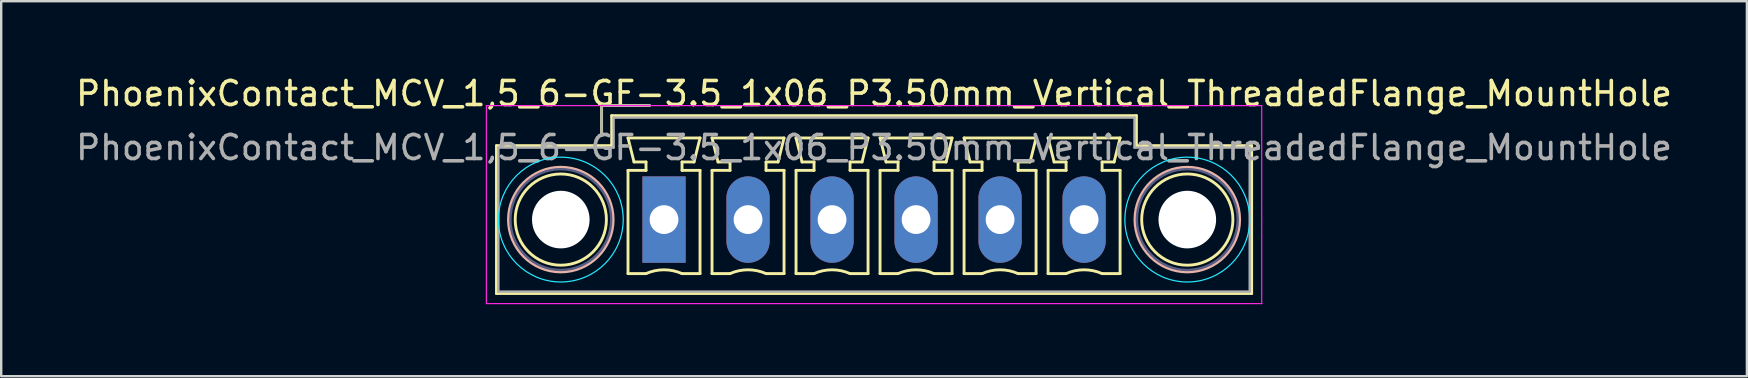
<source format=kicad_pcb>
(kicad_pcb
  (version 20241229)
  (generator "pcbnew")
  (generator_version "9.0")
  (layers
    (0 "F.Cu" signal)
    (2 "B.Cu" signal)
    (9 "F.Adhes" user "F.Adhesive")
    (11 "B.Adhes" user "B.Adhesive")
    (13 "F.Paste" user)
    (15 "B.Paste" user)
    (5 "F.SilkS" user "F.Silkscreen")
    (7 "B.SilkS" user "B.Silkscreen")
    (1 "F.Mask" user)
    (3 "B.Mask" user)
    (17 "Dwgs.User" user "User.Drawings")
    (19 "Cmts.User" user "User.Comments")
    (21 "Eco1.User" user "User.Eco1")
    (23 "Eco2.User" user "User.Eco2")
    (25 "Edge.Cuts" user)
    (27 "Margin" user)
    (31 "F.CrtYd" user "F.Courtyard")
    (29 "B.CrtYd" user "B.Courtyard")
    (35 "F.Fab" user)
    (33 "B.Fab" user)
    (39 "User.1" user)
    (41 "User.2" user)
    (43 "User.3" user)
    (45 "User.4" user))
  (footprint "PhoenixContact_MCV_1,5_6-GF-3.5_1x06_P3.50mm_Vertical_ThreadedFlange_MountHole"
    (layer "F.Cu")
    (at 24.613 6.098)
    (property "Reference" "PhoenixContact_MCV_1,5_6-GF-3.5_1x06_P3.50mm_Vertical_ThreadedFlange_MountHole" (at 8.75 -5.25 0) (layer "F.SilkS") (effects (font (size 1 1) (thickness 0.15))))
    (attr through_hole)
    (fp_line (start -6.98 -3.08) (end -6.98 3.08) (stroke (width 0.12) (type solid)) (layer "F.SilkS"))
    (fp_line (start -6.98 3.08) (end 24.48 3.08) (stroke (width 0.12) (type solid)) (layer "F.SilkS"))
    (fp_line (start -2.6 -4.75) (end -0.6 -4.75) (stroke (width 0.12) (type solid)) (layer "F.SilkS"))
    (fp_line (start -2.6 -3.5) (end -2.6 -4.75) (stroke (width 0.12) (type solid)) (layer "F.SilkS"))
    (fp_line (start -2.18 -4.33) (end -2.18 -3.08) (stroke (width 0.12) (type solid)) (layer "F.SilkS"))
    (fp_line (start -2.18 -3.08) (end -6.98 -3.08) (stroke (width 0.12) (type solid)) (layer "F.SilkS"))
    (fp_line (start -1.5 -3.4) (end 1.5 -3.4) (stroke (width 0.12) (type solid)) (layer "F.SilkS"))
    (fp_line (start -1.5 -2.05) (end -0.75 -2.05) (stroke (width 0.12) (type solid)) (layer "F.SilkS"))
    (fp_line (start -1.5 2.25) (end -1.5 -2.05) (stroke (width 0.12) (type solid)) (layer "F.SilkS"))
    (fp_line (start -1.25 -2.4) (end -1.5 -3.4) (stroke (width 0.12) (type solid)) (layer "F.SilkS"))
    (fp_line (start -0.75 -2.4) (end -1.25 -2.4) (stroke (width 0.12) (type solid)) (layer "F.SilkS"))
    (fp_line (start -0.75 -2.05) (end -0.75 -2.4) (stroke (width 0.12) (type solid)) (layer "F.SilkS"))
    (fp_line (start -0.75 2.25) (end -1.5 2.25) (stroke (width 0.12) (type solid)) (layer "F.SilkS"))
    (fp_line (start 0.75 -2.4) (end 0.75 -2.05) (stroke (width 0.12) (type solid)) (layer "F.SilkS"))
    (fp_line (start 0.75 -2.05) (end 1.5 -2.05) (stroke (width 0.12) (type solid)) (layer "F.SilkS"))
    (fp_line (start 1.25 -2.4) (end 0.75 -2.4) (stroke (width 0.12) (type solid)) (layer "F.SilkS"))
    (fp_line (start 1.5 -3.4) (end 1.25 -2.4) (stroke (width 0.12) (type solid)) (layer "F.SilkS"))
    (fp_line (start 1.5 -2.05) (end 1.5 2.25) (stroke (width 0.12) (type solid)) (layer "F.SilkS"))
    (fp_line (start 1.5 2.25) (end 0.75 2.25) (stroke (width 0.12) (type solid)) (layer "F.SilkS"))
    (fp_line (start 2 -3.4) (end 5 -3.4) (stroke (width 0.12) (type solid)) (layer "F.SilkS"))
    (fp_line (start 2 -2.05) (end 2.75 -2.05) (stroke (width 0.12) (type solid)) (layer "F.SilkS"))
    (fp_line (start 2 2.25) (end 2 -2.05) (stroke (width 0.12) (type solid)) (layer "F.SilkS"))
    (fp_line (start 2.25 -2.4) (end 2 -3.4) (stroke (width 0.12) (type solid)) (layer "F.SilkS"))
    (fp_line (start 2.75 -2.4) (end 2.25 -2.4) (stroke (width 0.12) (type solid)) (layer "F.SilkS"))
    (fp_line (start 2.75 -2.05) (end 2.75 -2.4) (stroke (width 0.12) (type solid)) (layer "F.SilkS"))
    (fp_line (start 2.75 2.25) (end 2 2.25) (stroke (width 0.12) (type solid)) (layer "F.SilkS"))
    (fp_line (start 4.25 -2.4) (end 4.25 -2.05) (stroke (width 0.12) (type solid)) (layer "F.SilkS"))
    (fp_line (start 4.25 -2.05) (end 5 -2.05) (stroke (width 0.12) (type solid)) (layer "F.SilkS"))
    (fp_line (start 4.75 -2.4) (end 4.25 -2.4) (stroke (width 0.12) (type solid)) (layer "F.SilkS"))
    (fp_line (start 5 -3.4) (end 4.75 -2.4) (stroke (width 0.12) (type solid)) (layer "F.SilkS"))
    (fp_line (start 5 -2.05) (end 5 2.25) (stroke (width 0.12) (type solid)) (layer "F.SilkS"))
    (fp_line (start 5 2.25) (end 4.25 2.25) (stroke (width 0.12) (type solid)) (layer "F.SilkS"))
    (fp_line (start 5.5 -3.4) (end 8.5 -3.4) (stroke (width 0.12) (type solid)) (layer "F.SilkS"))
    (fp_line (start 5.5 -2.05) (end 6.25 -2.05) (stroke (width 0.12) (type solid)) (layer "F.SilkS"))
    (fp_line (start 5.5 2.25) (end 5.5 -2.05) (stroke (width 0.12) (type solid)) (layer "F.SilkS"))
    (fp_line (start 5.75 -2.4) (end 5.5 -3.4) (stroke (width 0.12) (type solid)) (layer "F.SilkS"))
    (fp_line (start 6.25 -2.4) (end 5.75 -2.4) (stroke (width 0.12) (type solid)) (layer "F.SilkS"))
    (fp_line (start 6.25 -2.05) (end 6.25 -2.4) (stroke (width 0.12) (type solid)) (layer "F.SilkS"))
    (fp_line (start 6.25 2.25) (end 5.5 2.25) (stroke (width 0.12) (type solid)) (layer "F.SilkS"))
    (fp_line (start 7.75 -2.4) (end 7.75 -2.05) (stroke (width 0.12) (type solid)) (layer "F.SilkS"))
    (fp_line (start 7.75 -2.05) (end 8.5 -2.05) (stroke (width 0.12) (type solid)) (layer "F.SilkS"))
    (fp_line (start 8.25 -2.4) (end 7.75 -2.4) (stroke (width 0.12) (type solid)) (layer "F.SilkS"))
    (fp_line (start 8.5 -3.4) (end 8.25 -2.4) (stroke (width 0.12) (type solid)) (layer "F.SilkS"))
    (fp_line (start 8.5 -2.05) (end 8.5 2.25) (stroke (width 0.12) (type solid)) (layer "F.SilkS"))
    (fp_line (start 8.5 2.25) (end 7.75 2.25) (stroke (width 0.12) (type solid)) (layer "F.SilkS"))
    (fp_line (start 9 -3.4) (end 12 -3.4) (stroke (width 0.12) (type solid)) (layer "F.SilkS"))
    (fp_line (start 9 -2.05) (end 9.75 -2.05) (stroke (width 0.12) (type solid)) (layer "F.SilkS"))
    (fp_line (start 9 2.25) (end 9 -2.05) (stroke (width 0.12) (type solid)) (layer "F.SilkS"))
    (fp_line (start 9.25 -2.4) (end 9 -3.4) (stroke (width 0.12) (type solid)) (layer "F.SilkS"))
    (fp_line (start 9.75 -2.4) (end 9.25 -2.4) (stroke (width 0.12) (type solid)) (layer "F.SilkS"))
    (fp_line (start 9.75 -2.05) (end 9.75 -2.4) (stroke (width 0.12) (type solid)) (layer "F.SilkS"))
    (fp_line (start 9.75 2.25) (end 9 2.25) (stroke (width 0.12) (type solid)) (layer "F.SilkS"))
    (fp_line (start 11.25 -2.4) (end 11.25 -2.05) (stroke (width 0.12) (type solid)) (layer "F.SilkS"))
    (fp_line (start 11.25 -2.05) (end 12 -2.05) (stroke (width 0.12) (type solid)) (layer "F.SilkS"))
    (fp_line (start 11.75 -2.4) (end 11.25 -2.4) (stroke (width 0.12) (type solid)) (layer "F.SilkS"))
    (fp_line (start 12 -3.4) (end 11.75 -2.4) (stroke (width 0.12) (type solid)) (layer "F.SilkS"))
    (fp_line (start 12 -2.05) (end 12 2.25) (stroke (width 0.12) (type solid)) (layer "F.SilkS"))
    (fp_line (start 12 2.25) (end 11.25 2.25) (stroke (width 0.12) (type solid)) (layer "F.SilkS"))
    (fp_line (start 12.5 -3.4) (end 15.5 -3.4) (stroke (width 0.12) (type solid)) (layer "F.SilkS"))
    (fp_line (start 12.5 -2.05) (end 13.25 -2.05) (stroke (width 0.12) (type solid)) (layer "F.SilkS"))
    (fp_line (start 12.5 2.25) (end 12.5 -2.05) (stroke (width 0.12) (type solid)) (layer "F.SilkS"))
    (fp_line (start 12.75 -2.4) (end 12.5 -3.4) (stroke (width 0.12) (type solid)) (layer "F.SilkS"))
    (fp_line (start 13.25 -2.4) (end 12.75 -2.4) (stroke (width 0.12) (type solid)) (layer "F.SilkS"))
    (fp_line (start 13.25 -2.05) (end 13.25 -2.4) (stroke (width 0.12) (type solid)) (layer "F.SilkS"))
    (fp_line (start 13.25 2.25) (end 12.5 2.25) (stroke (width 0.12) (type solid)) (layer "F.SilkS"))
    (fp_line (start 14.75 -2.4) (end 14.75 -2.05) (stroke (width 0.12) (type solid)) (layer "F.SilkS"))
    (fp_line (start 14.75 -2.05) (end 15.5 -2.05) (stroke (width 0.12) (type solid)) (layer "F.SilkS"))
    (fp_line (start 15.25 -2.4) (end 14.75 -2.4) (stroke (width 0.12) (type solid)) (layer "F.SilkS"))
    (fp_line (start 15.5 -3.4) (end 15.25 -2.4) (stroke (width 0.12) (type solid)) (layer "F.SilkS"))
    (fp_line (start 15.5 -2.05) (end 15.5 2.25) (stroke (width 0.12) (type solid)) (layer "F.SilkS"))
    (fp_line (start 15.5 2.25) (end 14.75 2.25) (stroke (width 0.12) (type solid)) (layer "F.SilkS"))
    (fp_line (start 16 -3.4) (end 19 -3.4) (stroke (width 0.12) (type solid)) (layer "F.SilkS"))
    (fp_line (start 16 -2.05) (end 16.75 -2.05) (stroke (width 0.12) (type solid)) (layer "F.SilkS"))
    (fp_line (start 16 2.25) (end 16 -2.05) (stroke (width 0.12) (type solid)) (layer "F.SilkS"))
    (fp_line (start 16.25 -2.4) (end 16 -3.4) (stroke (width 0.12) (type solid)) (layer "F.SilkS"))
    (fp_line (start 16.75 -2.4) (end 16.25 -2.4) (stroke (width 0.12) (type solid)) (layer "F.SilkS"))
    (fp_line (start 16.75 -2.05) (end 16.75 -2.4) (stroke (width 0.12) (type solid)) (layer "F.SilkS"))
    (fp_line (start 16.75 2.25) (end 16 2.25) (stroke (width 0.12) (type solid)) (layer "F.SilkS"))
    (fp_line (start 18.25 -2.4) (end 18.25 -2.05) (stroke (width 0.12) (type solid)) (layer "F.SilkS"))
    (fp_line (start 18.25 -2.05) (end 19 -2.05) (stroke (width 0.12) (type solid)) (layer "F.SilkS"))
    (fp_line (start 18.75 -2.4) (end 18.25 -2.4) (stroke (width 0.12) (type solid)) (layer "F.SilkS"))
    (fp_line (start 19 -3.4) (end 18.75 -2.4) (stroke (width 0.12) (type solid)) (layer "F.SilkS"))
    (fp_line (start 19 -2.05) (end 19 2.25) (stroke (width 0.12) (type solid)) (layer "F.SilkS"))
    (fp_line (start 19 2.25) (end 18.25 2.25) (stroke (width 0.12) (type solid)) (layer "F.SilkS"))
    (fp_line (start 19.68 -4.33) (end -2.18 -4.33) (stroke (width 0.12) (type solid)) (layer "F.SilkS"))
    (fp_line (start 19.68 -3.08) (end 19.68 -4.33) (stroke (width 0.12) (type solid)) (layer "F.SilkS"))
    (fp_line (start 24.48 -3.08) (end 19.68 -3.08) (stroke (width 0.12) (type solid)) (layer "F.SilkS"))
    (fp_line (start 24.48 3.08) (end 24.48 -3.08) (stroke (width 0.12) (type solid)) (layer "F.SilkS"))
    (fp_arc (start -0.75 2.25) (mid -0.000193 2.09191) (end 0.749647 2.249844) (stroke (width 0.12) (type solid)) (layer "F.SilkS"))
    (fp_arc (start 2.75 2.25) (mid 3.499807 2.09191) (end 4.249647 2.249844) (stroke (width 0.12) (type solid)) (layer "F.SilkS"))
    (fp_arc (start 6.25 2.25) (mid 6.999807 2.09191) (end 7.749647 2.249844) (stroke (width 0.12) (type solid)) (layer "F.SilkS"))
    (fp_arc (start 9.75 2.25) (mid 10.499807 2.09191) (end 11.249647 2.249844) (stroke (width 0.12) (type solid)) (layer "F.SilkS"))
    (fp_arc (start 13.25 2.25) (mid 13.999807 2.09191) (end 14.749647 2.249844) (stroke (width 0.12) (type solid)) (layer "F.SilkS"))
    (fp_arc (start 16.75 2.25) (mid 17.499807 2.09191) (end 18.249647 2.249844) (stroke (width 0.12) (type solid)) (layer "F.SilkS"))
    (fp_circle (center -4.3 0) (end -2.4 0) (stroke (width 0.12) (type solid)) (fill no) (layer "F.SilkS"))
    (fp_circle (center 21.8 0) (end 23.7 0) (stroke (width 0.12) (type solid)) (fill no) (layer "F.SilkS"))
    (fp_circle (center -4.3 0) (end -2.12 0) (stroke (width 0.12) (type solid)) (fill no) (layer "B.SilkS"))
    (fp_circle (center 21.8 0) (end 23.98 0) (stroke (width 0.12) (type solid)) (fill no) (layer "B.SilkS"))
    (fp_circle (center -4.3 0) (end -1.7 0) (stroke (width 0.05) (type solid)) (fill no) (layer "B.CrtYd"))
    (fp_circle (center 21.8 0) (end 24.4 0) (stroke (width 0.05) (type solid)) (fill no) (layer "B.CrtYd"))
    (fp_line (start -7.4 -4.75) (end -7.4 3.5) (stroke (width 0.05) (type solid)) (layer "F.CrtYd"))
    (fp_line (start -7.4 3.5) (end 24.9 3.5) (stroke (width 0.05) (type solid)) (layer "F.CrtYd"))
    (fp_line (start 24.9 -4.75) (end -7.4 -4.75) (stroke (width 0.05) (type solid)) (layer "F.CrtYd"))
    (fp_line (start 24.9 3.5) (end 24.9 -4.75) (stroke (width 0.05) (type solid)) (layer "F.CrtYd"))
    (fp_circle (center -4.3 0) (end -2.2 0) (stroke (width 0.1) (type solid)) (fill no) (layer "B.Fab"))
    (fp_circle (center 21.8 0) (end 23.9 0) (stroke (width 0.1) (type solid)) (fill no) (layer "B.Fab"))
    (fp_line (start -6.9 -3) (end -6.9 3) (stroke (width 0.1) (type solid)) (layer "F.Fab"))
    (fp_line (start -6.9 3) (end 24.4 3) (stroke (width 0.1) (type solid)) (layer "F.Fab"))
    (fp_line (start -2.6 -4.75) (end -0.6 -4.75) (stroke (width 0.1) (type solid)) (layer "F.Fab"))
    (fp_line (start -2.6 -3.5) (end -2.6 -4.75) (stroke (width 0.1) (type solid)) (layer "F.Fab"))
    (fp_line (start -2.1 -4.25) (end -2.1 -3) (stroke (width 0.1) (type solid)) (layer "F.Fab"))
    (fp_line (start -2.1 -3) (end -6.9 -3) (stroke (width 0.1) (type solid)) (layer "F.Fab"))
    (fp_line (start 19.6 -4.25) (end -2.1 -4.25) (stroke (width 0.1) (type solid)) (layer "F.Fab"))
    (fp_line (start 19.6 -3) (end 19.6 -4.25) (stroke (width 0.1) (type solid)) (layer "F.Fab"))
    (fp_line (start 24.4 -3) (end 19.6 -3) (stroke (width 0.1) (type solid)) (layer "F.Fab"))
    (fp_line (start 24.4 3) (end 24.4 -3) (stroke (width 0.1) (type solid)) (layer "F.Fab"))
    (fp_text user "${REFERENCE}" (at 8.75 -3 0) (layer "F.Fab") (effects (font (size 1 1) (thickness 0.15))))
    (pad "" np_thru_hole circle (at -4.3 0) (size 2.4 2.4) (drill 2.4) (layers "*.Cu" "*.Mask"))
    (pad "" np_thru_hole circle (at 21.8 0) (size 2.4 2.4) (drill 2.4) (layers "*.Cu" "*.Mask"))
    (pad "1" thru_hole rect (at 0 0) (size 1.8 3.6) (drill 1.2) (layers "*.Cu" "*.Mask"))
    (pad "2" thru_hole oval (at 3.5 0) (size 1.8 3.6) (drill 1.2) (layers "*.Cu" "*.Mask"))
    (pad "3" thru_hole oval (at 7 0) (size 1.8 3.6) (drill 1.2) (layers "*.Cu" "*.Mask"))
    (pad "4" thru_hole oval (at 10.5 0) (size 1.8 3.6) (drill 1.2) (layers "*.Cu" "*.Mask"))
    (pad "5" thru_hole oval (at 14 0) (size 1.8 3.6) (drill 1.2) (layers "*.Cu" "*.Mask"))
    (pad "6" thru_hole oval (at 17.5 0) (size 1.8 3.6) (drill 1.2) (layers "*.Cu" "*.Mask")))
  (gr_rect
    (start -3 -3)
    (end 69.726 12.623)
    (stroke (width 0.1) (type default))
    (fill no)
    (layer "Edge.Cuts")))
</source>
